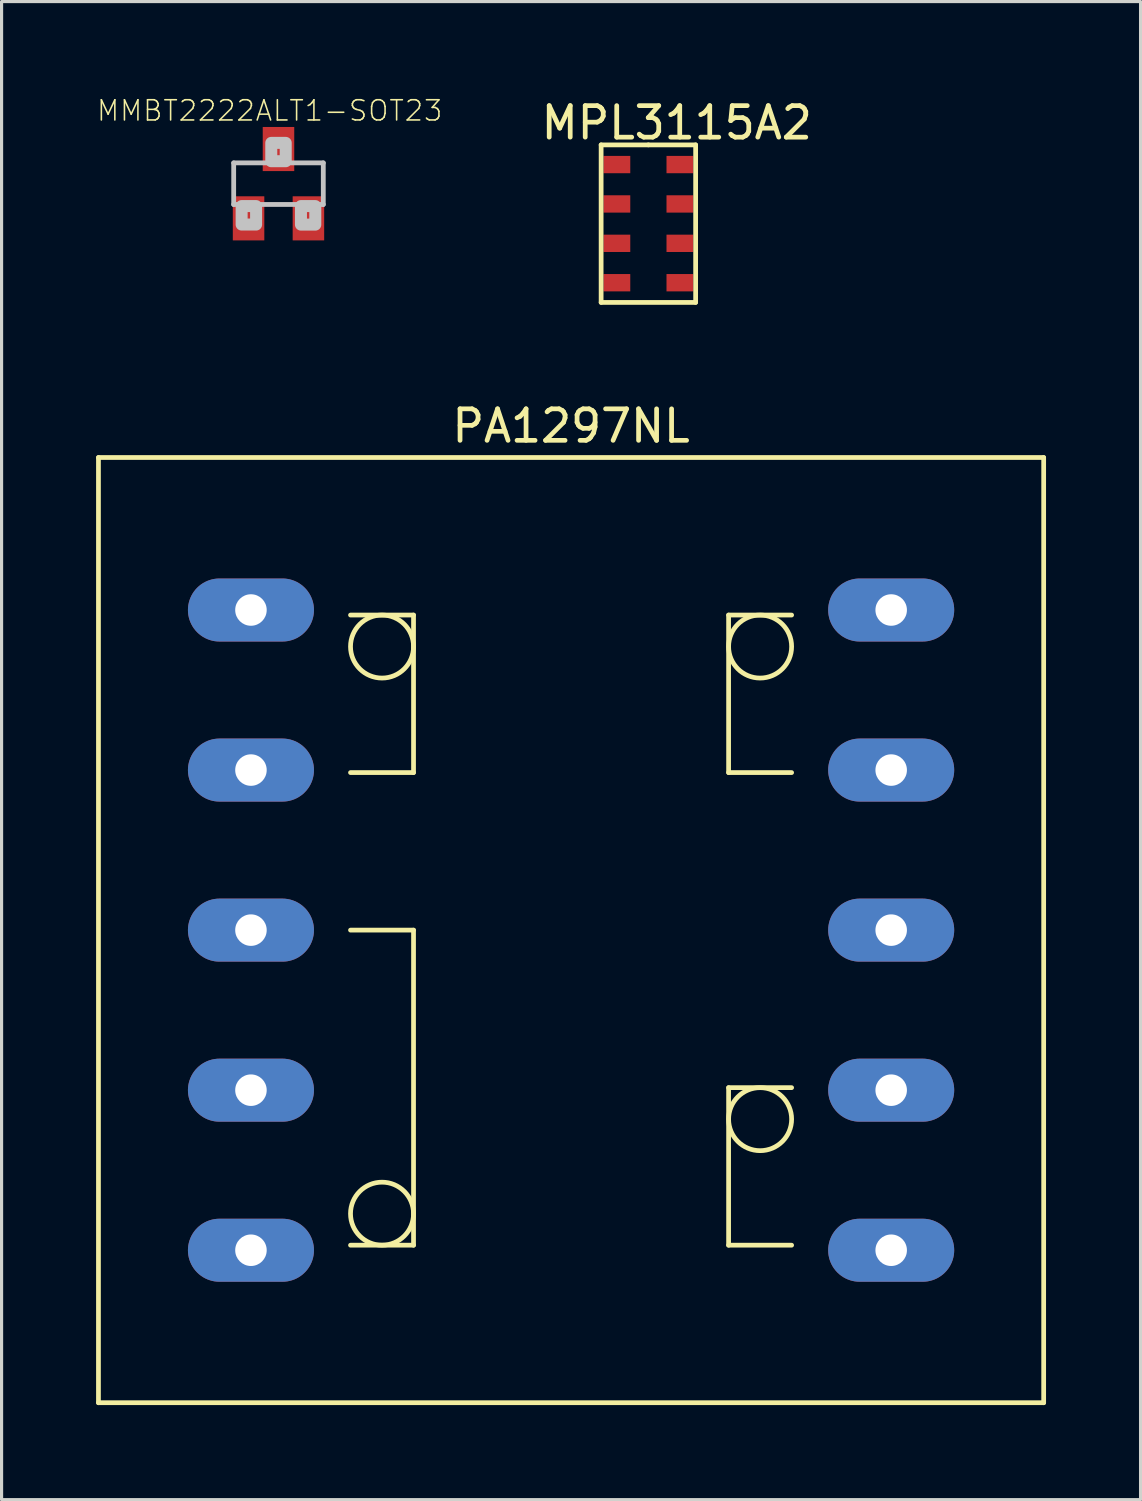
<source format=kicad_pcb>
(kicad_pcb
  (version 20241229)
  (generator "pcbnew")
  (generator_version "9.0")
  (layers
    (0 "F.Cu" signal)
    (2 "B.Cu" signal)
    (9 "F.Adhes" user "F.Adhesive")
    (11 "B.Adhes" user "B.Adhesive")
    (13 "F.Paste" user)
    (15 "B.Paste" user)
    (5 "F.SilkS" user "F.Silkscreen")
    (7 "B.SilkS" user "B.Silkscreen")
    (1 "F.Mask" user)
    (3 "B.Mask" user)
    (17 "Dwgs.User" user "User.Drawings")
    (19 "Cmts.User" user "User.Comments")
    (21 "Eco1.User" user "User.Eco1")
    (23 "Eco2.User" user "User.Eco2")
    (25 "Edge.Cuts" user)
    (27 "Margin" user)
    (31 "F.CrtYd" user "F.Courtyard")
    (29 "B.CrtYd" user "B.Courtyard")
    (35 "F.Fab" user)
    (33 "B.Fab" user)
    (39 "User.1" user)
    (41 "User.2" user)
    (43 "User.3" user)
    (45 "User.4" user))
  (footprint "PA1297NL"
    (layer "F.Cu")
    (at 15.075 26.471)
    (property "Reference" "PA1297NL" (at 0 -16 0) (layer "F.SilkS") (effects (font (size 1 1) (thickness 0.15))))
    (attr through_hole)
    (fp_line (start -15 -15) (end 15 -15) (stroke (width 0.15) (type solid)) (layer "F.SilkS"))
    (fp_line (start -15 15) (end -15 -15) (stroke (width 0.15) (type solid)) (layer "F.SilkS"))
    (fp_line (start -7 -10) (end -5 -10) (stroke (width 0.15) (type solid)) (layer "F.SilkS"))
    (fp_line (start -7 10) (end -5 10) (stroke (width 0.15) (type solid)) (layer "F.SilkS"))
    (fp_line (start -5 -10) (end -5 -5) (stroke (width 0.15) (type solid)) (layer "F.SilkS"))
    (fp_line (start -5 -5) (end -7 -5) (stroke (width 0.15) (type solid)) (layer "F.SilkS"))
    (fp_line (start -5 0) (end -7 0) (stroke (width 0.15) (type solid)) (layer "F.SilkS"))
    (fp_line (start -5 10) (end -5 0) (stroke (width 0.15) (type solid)) (layer "F.SilkS"))
    (fp_line (start 5 -10) (end 7 -10) (stroke (width 0.15) (type solid)) (layer "F.SilkS"))
    (fp_line (start 5 -5) (end 5 -10) (stroke (width 0.15) (type solid)) (layer "F.SilkS"))
    (fp_line (start 5 5) (end 7 5) (stroke (width 0.15) (type solid)) (layer "F.SilkS"))
    (fp_line (start 5 10) (end 5 5) (stroke (width 0.15) (type solid)) (layer "F.SilkS"))
    (fp_line (start 7 -5) (end 5 -5) (stroke (width 0.15) (type solid)) (layer "F.SilkS"))
    (fp_line (start 7 10) (end 5 10) (stroke (width 0.15) (type solid)) (layer "F.SilkS"))
    (fp_line (start 15 -15) (end 15 15) (stroke (width 0.15) (type solid)) (layer "F.SilkS"))
    (fp_line (start 15 15) (end -15 15) (stroke (width 0.15) (type solid)) (layer "F.SilkS"))
    (fp_circle (center -6 -9) (end -6 -10) (stroke (width 0.15) (type solid)) (fill no) (layer "F.SilkS"))
    (fp_circle (center -6 9) (end -6 10) (stroke (width 0.15) (type solid)) (fill no) (layer "F.SilkS"))
    (fp_circle (center 6 -9) (end 6 -10) (stroke (width 0.15) (type solid)) (fill no) (layer "F.SilkS"))
    (fp_circle (center 6 6) (end 5 6) (stroke (width 0.15) (type solid)) (fill no) (layer "F.SilkS"))
    (pad "1" thru_hole oval (at -10.16 10.16) (size 4 2) (drill 1) (layers "*.Cu" "*.Mask"))
    (pad "2" thru_hole oval (at -10.16 5.08) (size 4 2) (drill 1) (layers "*.Cu" "*.Mask"))
    (pad "3" thru_hole oval (at -10.16 0) (size 4 2) (drill 1) (layers "*.Cu" "*.Mask"))
    (pad "4" thru_hole oval (at -10.16 -5.08) (size 4 2) (drill 1) (layers "*.Cu" "*.Mask"))
    (pad "5" thru_hole oval (at -10.16 -10.16) (size 4 2) (drill 1) (layers "*.Cu" "*.Mask"))
    (pad "6" thru_hole oval (at 10.16 -10.16) (size 4 2) (drill 1) (layers "*.Cu" "*.Mask"))
    (pad "7" thru_hole oval (at 10.16 -5.08) (size 4 2) (drill 1) (layers "*.Cu" "*.Mask"))
    (pad "8" thru_hole oval (at 10.16 0) (size 4 2) (drill 1) (layers "*.Cu" "*.Mask"))
    (pad "9" thru_hole oval (at 10.16 5.08) (size 4 2) (drill 1) (layers "*.Cu" "*.Mask"))
    (pad "10" thru_hole oval (at 10.16 10.16) (size 4 2) (drill 1) (layers "*.Cu" "*.Mask")))
  (footprint "MMBT2222ALT1-SOT23"
    (layer "F.Cu")
    (at 5.789 2.78)
    (property "Reference" "MMBT2222ALT1-SOT23" (at -0.28 -2.317 0) (layer "F.SilkS") (effects (font (size 0.641 0.641) (thickness 0.05))))
    (attr smd)
    (fp_line (start -1.422 -0.66) (end 1.422 -0.66) (stroke (width 0.152) (type solid)) (layer "Dwgs.User"))
    (fp_line (start -1.422 0.66) (end -1.422 -0.66) (stroke (width 0.152) (type solid)) (layer "Dwgs.User"))
    (fp_line (start 1.422 -0.66) (end 1.422 0.66) (stroke (width 0.152) (type solid)) (layer "Dwgs.User"))
    (fp_line (start 1.422 0.66) (end -1.422 0.66) (stroke (width 0.152) (type solid)) (layer "Dwgs.User"))
    (fp_poly (pts (xy -1.17 0.711) (xy -0.711 0.711) (xy -0.711 1.297) (xy -1.17 1.297)) (stroke (width 0.381) (type solid)) (fill no) (layer "Dwgs.User"))
    (fp_poly (pts (xy -0.229 -1.295) (xy 0.229 -1.295) (xy 0.229 -0.713) (xy -0.229 -0.713)) (stroke (width 0.381) (type solid)) (fill no) (layer "Dwgs.User"))
    (fp_poly (pts (xy 0.713 0.711) (xy 1.168 0.711) (xy 1.168 1.299) (xy 0.713 1.299)) (stroke (width 0.381) (type solid)) (fill no) (layer "Dwgs.User"))
    (pad "1" smd rect (at -0.95 1.1) (size 1 1.4) (layers "F.Cu" "F.Mask" "F.Paste"))
    (pad "2" smd rect (at 0.95 1.1) (size 1 1.4) (layers "F.Cu" "F.Mask" "F.Paste"))
    (pad "3" smd rect (at 0 -1.1) (size 1 1.4) (layers "F.Cu" "F.Mask" "F.Paste")))
  (footprint "MPL3115A2"
    (layer "F.Cu")
    (at 17.529 4.048)
    (property "Reference" "MPL3115A2" (at 0.9 -3.2 0) (layer "F.SilkS") (effects (font (size 1 1) (thickness 0.15))))
    (attr through_hole)
    (fp_line (start -1.5 -2.5) (end -1.5 2.5) (stroke (width 0.15) (type solid)) (layer "F.SilkS"))
    (fp_line (start -1.5 2.5) (end 1.5 2.5) (stroke (width 0.15) (type solid)) (layer "F.SilkS"))
    (fp_line (start 0 -2.5) (end -1.5 -2.5) (stroke (width 0.15) (type solid)) (layer "F.SilkS"))
    (fp_line (start 1.5 -2.5) (end 0 -2.5) (stroke (width 0.15) (type solid)) (layer "F.SilkS"))
    (fp_line (start 1.5 2.5) (end 1.5 -2.5) (stroke (width 0.15) (type solid)) (layer "F.SilkS"))
    (pad "1" smd rect (at -1 -1.875) (size 0.85 0.55) (layers "F.Cu" "F.Mask" "F.Paste"))
    (pad "2" smd rect (at -1 -0.625) (size 0.85 0.55) (layers "F.Cu" "F.Mask" "F.Paste"))
    (pad "3" smd rect (at -1 0.625) (size 0.85 0.55) (layers "F.Cu" "F.Mask" "F.Paste"))
    (pad "4" smd rect (at -1 1.875) (size 0.85 0.55) (layers "F.Cu" "F.Mask" "F.Paste"))
    (pad "5" smd rect (at 1 1.875) (size 0.85 0.55) (layers "F.Cu" "F.Mask" "F.Paste"))
    (pad "6" smd rect (at 1 0.625) (size 0.85 0.55) (layers "F.Cu" "F.Mask" "F.Paste"))
    (pad "7" smd rect (at 1 -0.625) (size 0.85 0.55) (layers "F.Cu" "F.Mask" "F.Paste"))
    (pad "8" smd rect (at 1 -1.875) (size 0.85 0.55) (layers "F.Cu" "F.Mask" "F.Paste")))
  (gr_rect
    (start -3 -3)
    (end 33.15 44.547)
    (stroke (width 0.1) (type default))
    (fill no)
    (layer "Edge.Cuts")))
</source>
